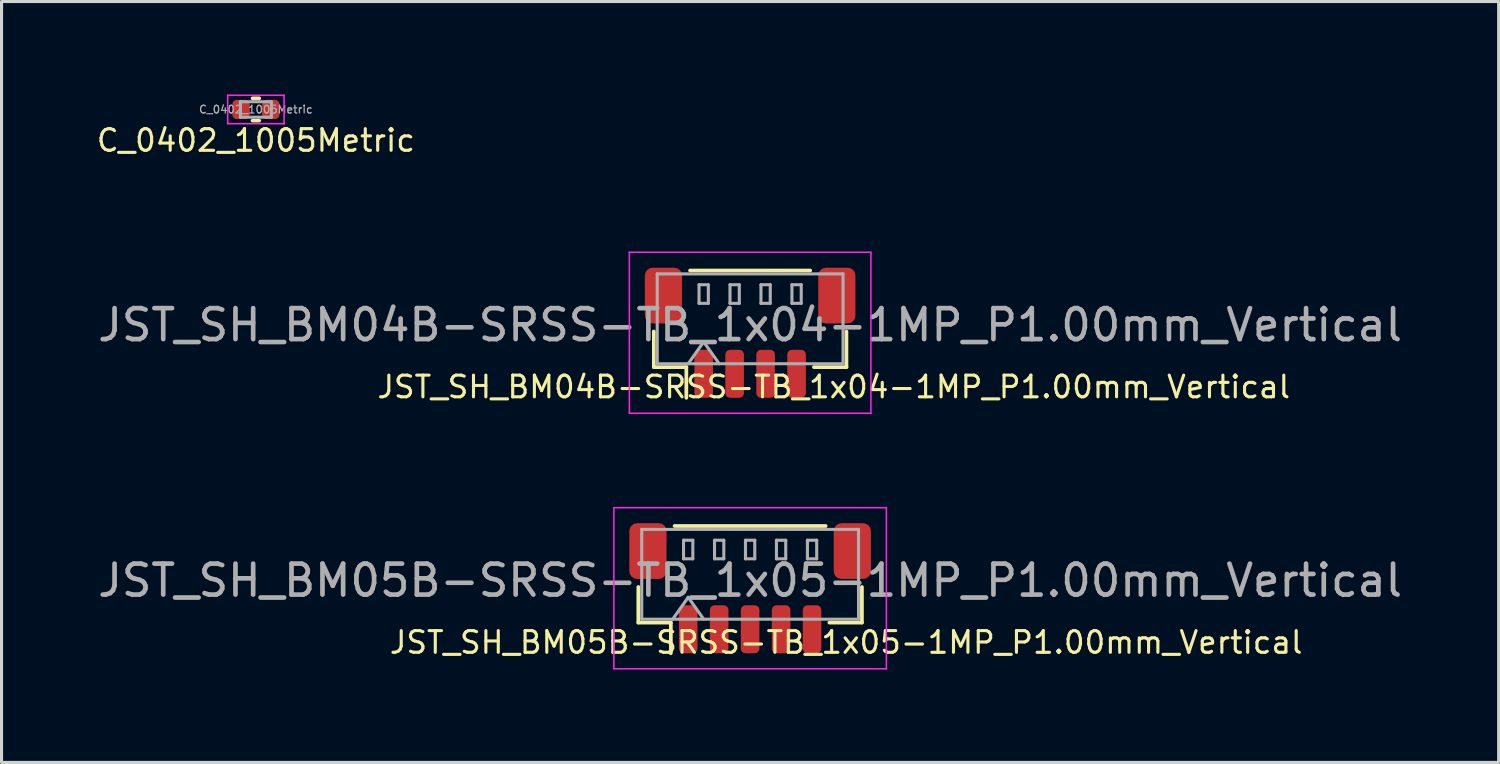
<source format=kicad_pcb>
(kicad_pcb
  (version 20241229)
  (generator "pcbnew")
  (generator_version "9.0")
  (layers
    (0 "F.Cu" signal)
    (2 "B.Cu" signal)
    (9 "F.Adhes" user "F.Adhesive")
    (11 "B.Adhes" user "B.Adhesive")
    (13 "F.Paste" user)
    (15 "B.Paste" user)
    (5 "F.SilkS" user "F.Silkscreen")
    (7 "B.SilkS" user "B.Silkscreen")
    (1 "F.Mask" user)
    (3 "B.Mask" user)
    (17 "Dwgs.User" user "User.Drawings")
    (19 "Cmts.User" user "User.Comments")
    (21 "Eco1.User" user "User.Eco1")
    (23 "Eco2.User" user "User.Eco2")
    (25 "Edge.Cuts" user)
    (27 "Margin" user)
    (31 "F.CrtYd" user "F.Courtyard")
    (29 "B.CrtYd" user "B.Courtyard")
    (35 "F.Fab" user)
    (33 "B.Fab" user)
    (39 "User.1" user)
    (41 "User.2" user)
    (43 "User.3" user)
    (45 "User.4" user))
  (footprint "JST_SH_BM05B-SRSS-TB_1x05-1MP_P1.00mm_Vertical"
    (layer "F.Cu")
    (at 21.173 15.945)
    (property "Reference" "JST_SH_BM05B-SRSS-TB_1x05-1MP_P1.00mm_Vertical" (at 3.1 1.75 0) (unlocked yes) (layer "F.SilkS") (effects (font (size 0.7 0.7) (thickness 0.1))))
    (attr smd)
    (fp_line (start -3.61 -0.04) (end -3.61 1.11) (stroke (width 0.12) (type solid)) (layer "F.SilkS"))
    (fp_line (start -3.61 1.11) (end -2.56 1.11) (stroke (width 0.12) (type solid)) (layer "F.SilkS"))
    (fp_line (start -2.56 1.11) (end -2.56 2.1) (stroke (width 0.12) (type solid)) (layer "F.SilkS"))
    (fp_line (start -2.44 -2.01) (end 2.44 -2.01) (stroke (width 0.12) (type solid)) (layer "F.SilkS"))
    (fp_line (start 3.61 -0.04) (end 3.61 1.11) (stroke (width 0.12) (type solid)) (layer "F.SilkS"))
    (fp_line (start 3.61 1.11) (end 2.56 1.11) (stroke (width 0.12) (type solid)) (layer "F.SilkS"))
    (fp_line (start -4.4 -2.6) (end -4.4 2.6) (stroke (width 0.05) (type solid)) (layer "F.CrtYd"))
    (fp_line (start -4.4 2.6) (end 4.4 2.6) (stroke (width 0.05) (type solid)) (layer "F.CrtYd"))
    (fp_line (start 4.4 -2.6) (end -4.4 -2.6) (stroke (width 0.05) (type solid)) (layer "F.CrtYd"))
    (fp_line (start 4.4 2.6) (end 4.4 -2.6) (stroke (width 0.05) (type solid)) (layer "F.CrtYd"))
    (fp_line (start -3.5 -1.9) (end 3.5 -1.9) (stroke (width 0.1) (type solid)) (layer "F.Fab"))
    (fp_line (start -3.5 1) (end -3.5 -1.9) (stroke (width 0.1) (type solid)) (layer "F.Fab"))
    (fp_line (start -3.5 1) (end 3.5 1) (stroke (width 0.1) (type solid)) (layer "F.Fab"))
    (fp_line (start -2.5 1) (end -2 0.293) (stroke (width 0.1) (type solid)) (layer "F.Fab"))
    (fp_line (start -2.15 -1.55) (end -2.15 -0.95) (stroke (width 0.1) (type solid)) (layer "F.Fab"))
    (fp_line (start -2.15 -0.95) (end -1.85 -0.95) (stroke (width 0.1) (type solid)) (layer "F.Fab"))
    (fp_line (start -2 0.293) (end -1.5 1) (stroke (width 0.1) (type solid)) (layer "F.Fab"))
    (fp_line (start -1.85 -1.55) (end -2.15 -1.55) (stroke (width 0.1) (type solid)) (layer "F.Fab"))
    (fp_line (start -1.85 -0.95) (end -1.85 -1.55) (stroke (width 0.1) (type solid)) (layer "F.Fab"))
    (fp_line (start -1.15 -1.55) (end -1.15 -0.95) (stroke (width 0.1) (type solid)) (layer "F.Fab"))
    (fp_line (start -1.15 -0.95) (end -0.85 -0.95) (stroke (width 0.1) (type solid)) (layer "F.Fab"))
    (fp_line (start -0.85 -1.55) (end -1.15 -1.55) (stroke (width 0.1) (type solid)) (layer "F.Fab"))
    (fp_line (start -0.85 -0.95) (end -0.85 -1.55) (stroke (width 0.1) (type solid)) (layer "F.Fab"))
    (fp_line (start -0.15 -1.55) (end -0.15 -0.95) (stroke (width 0.1) (type solid)) (layer "F.Fab"))
    (fp_line (start -0.15 -0.95) (end 0.15 -0.95) (stroke (width 0.1) (type solid)) (layer "F.Fab"))
    (fp_line (start 0.15 -1.55) (end -0.15 -1.55) (stroke (width 0.1) (type solid)) (layer "F.Fab"))
    (fp_line (start 0.15 -0.95) (end 0.15 -1.55) (stroke (width 0.1) (type solid)) (layer "F.Fab"))
    (fp_line (start 0.85 -1.55) (end 0.85 -0.95) (stroke (width 0.1) (type solid)) (layer "F.Fab"))
    (fp_line (start 0.85 -0.95) (end 1.15 -0.95) (stroke (width 0.1) (type solid)) (layer "F.Fab"))
    (fp_line (start 1.15 -1.55) (end 0.85 -1.55) (stroke (width 0.1) (type solid)) (layer "F.Fab"))
    (fp_line (start 1.15 -0.95) (end 1.15 -1.55) (stroke (width 0.1) (type solid)) (layer "F.Fab"))
    (fp_line (start 1.85 -1.55) (end 1.85 -0.95) (stroke (width 0.1) (type solid)) (layer "F.Fab"))
    (fp_line (start 1.85 -0.95) (end 2.15 -0.95) (stroke (width 0.1) (type solid)) (layer "F.Fab"))
    (fp_line (start 2.15 -1.55) (end 1.85 -1.55) (stroke (width 0.1) (type solid)) (layer "F.Fab"))
    (fp_line (start 2.15 -0.95) (end 2.15 -1.55) (stroke (width 0.1) (type solid)) (layer "F.Fab"))
    (fp_line (start 3.5 1) (end 3.5 -1.9) (stroke (width 0.1) (type solid)) (layer "F.Fab"))
    (fp_text user "${REFERENCE}" (at 0 -0.25 0) (layer "F.Fab") (effects (font (size 1 1) (thickness 0.15))))
    (pad "1" smd roundrect (at -2 1.325) (size 0.6 1.55) (layers "F.Cu" "F.Mask" "F.Paste") (roundrect_rratio 0.25))
    (pad "2" smd roundrect (at -1 1.325) (size 0.6 1.55) (layers "F.Cu" "F.Mask" "F.Paste") (roundrect_rratio 0.25))
    (pad "3" smd roundrect (at 0 1.325) (size 0.6 1.55) (layers "F.Cu" "F.Mask" "F.Paste") (roundrect_rratio 0.25))
    (pad "4" smd roundrect (at 1 1.325) (size 0.6 1.55) (layers "F.Cu" "F.Mask" "F.Paste") (roundrect_rratio 0.25))
    (pad "5" smd roundrect (at 2 1.325) (size 0.6 1.55) (layers "F.Cu" "F.Mask" "F.Paste") (roundrect_rratio 0.25))
    (pad "MP" smd roundrect (at -3.3 -1.2) (size 1.2 1.8) (layers "F.Cu" "F.Mask" "F.Paste") (roundrect_rratio 0.208))
    (pad "MP" smd roundrect (at 3.3 -1.2) (size 1.2 1.8) (layers "F.Cu" "F.Mask" "F.Paste") (roundrect_rratio 0.208)))
  (footprint "C_0402_1005Metric"
    (layer "F.Cu")
    (at 5.213 0.485)
    (property "Reference" "C_0402_1005Metric" (at 0 1 0) (unlocked yes) (layer "F.SilkS") (effects (font (size 0.7 0.7) (thickness 0.1))))
    (attr smd)
    (fp_line (start -0.108 -0.36) (end 0.108 -0.36) (stroke (width 0.12) (type solid)) (layer "F.SilkS"))
    (fp_line (start -0.108 0.36) (end 0.108 0.36) (stroke (width 0.12) (type solid)) (layer "F.SilkS"))
    (fp_line (start -0.91 -0.46) (end 0.91 -0.46) (stroke (width 0.05) (type solid)) (layer "F.CrtYd"))
    (fp_line (start -0.91 0.46) (end -0.91 -0.46) (stroke (width 0.05) (type solid)) (layer "F.CrtYd"))
    (fp_line (start 0.91 -0.46) (end 0.91 0.46) (stroke (width 0.05) (type solid)) (layer "F.CrtYd"))
    (fp_line (start 0.91 0.46) (end -0.91 0.46) (stroke (width 0.05) (type solid)) (layer "F.CrtYd"))
    (fp_line (start -0.5 -0.25) (end 0.5 -0.25) (stroke (width 0.1) (type solid)) (layer "F.Fab"))
    (fp_line (start -0.5 0.25) (end -0.5 -0.25) (stroke (width 0.1) (type solid)) (layer "F.Fab"))
    (fp_line (start 0.5 -0.25) (end 0.5 0.25) (stroke (width 0.1) (type solid)) (layer "F.Fab"))
    (fp_line (start 0.5 0.25) (end -0.5 0.25) (stroke (width 0.1) (type solid)) (layer "F.Fab"))
    (fp_text user "${REFERENCE}" (at 0 0 0) (layer "F.Fab") (effects (font (size 0.25 0.25) (thickness 0.04))))
    (pad "1" smd roundrect (at -0.48 0) (size 0.56 0.62) (layers "F.Cu" "F.Mask" "F.Paste") (roundrect_rratio 0.25))
    (pad "2" smd roundrect (at 0.48 0) (size 0.56 0.62) (layers "F.Cu" "F.Mask" "F.Paste") (roundrect_rratio 0.25)))
  (footprint "JST_SH_BM04B-SRSS-TB_1x04-1MP_P1.00mm_Vertical"
    (layer "F.Cu")
    (at 21.173 7.695)
    (property "Reference" "JST_SH_BM04B-SRSS-TB_1x04-1MP_P1.00mm_Vertical" (at 2.7 1.75 0) (unlocked yes) (layer "F.SilkS") (effects (font (size 0.7 0.7) (thickness 0.1))))
    (attr smd)
    (fp_line (start -3.11 -0.04) (end -3.11 1.11) (stroke (width 0.12) (type solid)) (layer "F.SilkS"))
    (fp_line (start -3.11 1.11) (end -2.06 1.11) (stroke (width 0.12) (type solid)) (layer "F.SilkS"))
    (fp_line (start -2.06 1.11) (end -2.06 2.1) (stroke (width 0.12) (type solid)) (layer "F.SilkS"))
    (fp_line (start -1.94 -2.01) (end 1.94 -2.01) (stroke (width 0.12) (type solid)) (layer "F.SilkS"))
    (fp_line (start 3.11 -0.04) (end 3.11 1.11) (stroke (width 0.12) (type solid)) (layer "F.SilkS"))
    (fp_line (start 3.11 1.11) (end 2.06 1.11) (stroke (width 0.12) (type solid)) (layer "F.SilkS"))
    (fp_line (start -3.9 -2.6) (end -3.9 2.6) (stroke (width 0.05) (type solid)) (layer "F.CrtYd"))
    (fp_line (start -3.9 2.6) (end 3.9 2.6) (stroke (width 0.05) (type solid)) (layer "F.CrtYd"))
    (fp_line (start 3.9 -2.6) (end -3.9 -2.6) (stroke (width 0.05) (type solid)) (layer "F.CrtYd"))
    (fp_line (start 3.9 2.6) (end 3.9 -2.6) (stroke (width 0.05) (type solid)) (layer "F.CrtYd"))
    (fp_line (start -3 -1.9) (end 3 -1.9) (stroke (width 0.1) (type solid)) (layer "F.Fab"))
    (fp_line (start -3 1) (end -3 -1.9) (stroke (width 0.1) (type solid)) (layer "F.Fab"))
    (fp_line (start -3 1) (end 3 1) (stroke (width 0.1) (type solid)) (layer "F.Fab"))
    (fp_line (start -2 1) (end -1.5 0.293) (stroke (width 0.1) (type solid)) (layer "F.Fab"))
    (fp_line (start -1.65 -1.55) (end -1.65 -0.95) (stroke (width 0.1) (type solid)) (layer "F.Fab"))
    (fp_line (start -1.65 -0.95) (end -1.35 -0.95) (stroke (width 0.1) (type solid)) (layer "F.Fab"))
    (fp_line (start -1.5 0.293) (end -1 1) (stroke (width 0.1) (type solid)) (layer "F.Fab"))
    (fp_line (start -1.35 -1.55) (end -1.65 -1.55) (stroke (width 0.1) (type solid)) (layer "F.Fab"))
    (fp_line (start -1.35 -0.95) (end -1.35 -1.55) (stroke (width 0.1) (type solid)) (layer "F.Fab"))
    (fp_line (start -0.65 -1.55) (end -0.65 -0.95) (stroke (width 0.1) (type solid)) (layer "F.Fab"))
    (fp_line (start -0.65 -0.95) (end -0.35 -0.95) (stroke (width 0.1) (type solid)) (layer "F.Fab"))
    (fp_line (start -0.35 -1.55) (end -0.65 -1.55) (stroke (width 0.1) (type solid)) (layer "F.Fab"))
    (fp_line (start -0.35 -0.95) (end -0.35 -1.55) (stroke (width 0.1) (type solid)) (layer "F.Fab"))
    (fp_line (start 0.35 -1.55) (end 0.35 -0.95) (stroke (width 0.1) (type solid)) (layer "F.Fab"))
    (fp_line (start 0.35 -0.95) (end 0.65 -0.95) (stroke (width 0.1) (type solid)) (layer "F.Fab"))
    (fp_line (start 0.65 -1.55) (end 0.35 -1.55) (stroke (width 0.1) (type solid)) (layer "F.Fab"))
    (fp_line (start 0.65 -0.95) (end 0.65 -1.55) (stroke (width 0.1) (type solid)) (layer "F.Fab"))
    (fp_line (start 1.35 -1.55) (end 1.35 -0.95) (stroke (width 0.1) (type solid)) (layer "F.Fab"))
    (fp_line (start 1.35 -0.95) (end 1.65 -0.95) (stroke (width 0.1) (type solid)) (layer "F.Fab"))
    (fp_line (start 1.65 -1.55) (end 1.35 -1.55) (stroke (width 0.1) (type solid)) (layer "F.Fab"))
    (fp_line (start 1.65 -0.95) (end 1.65 -1.55) (stroke (width 0.1) (type solid)) (layer "F.Fab"))
    (fp_line (start 3 1) (end 3 -1.9) (stroke (width 0.1) (type solid)) (layer "F.Fab"))
    (fp_text user "${REFERENCE}" (at 0 -0.25 0) (layer "F.Fab") (effects (font (size 1 1) (thickness 0.15))))
    (pad "1" smd roundrect (at -1.5 1.325) (size 0.6 1.55) (layers "F.Cu" "F.Mask" "F.Paste") (roundrect_rratio 0.25))
    (pad "2" smd roundrect (at -0.5 1.325) (size 0.6 1.55) (layers "F.Cu" "F.Mask" "F.Paste") (roundrect_rratio 0.25))
    (pad "3" smd roundrect (at 0.5 1.325) (size 0.6 1.55) (layers "F.Cu" "F.Mask" "F.Paste") (roundrect_rratio 0.25))
    (pad "4" smd roundrect (at 1.5 1.325) (size 0.6 1.55) (layers "F.Cu" "F.Mask" "F.Paste") (roundrect_rratio 0.25))
    (pad "MP" smd roundrect (at -2.8 -1.2) (size 1.2 1.8) (layers "F.Cu" "F.Mask" "F.Paste") (roundrect_rratio 0.208))
    (pad "MP" smd roundrect (at 2.8 -1.2) (size 1.2 1.8) (layers "F.Cu" "F.Mask" "F.Paste") (roundrect_rratio 0.208)))
  (gr_rect
    (start -3 -3)
    (end 45.345 21.57)
    (stroke (width 0.1) (type default))
    (fill no)
    (layer "Edge.Cuts")))
</source>
